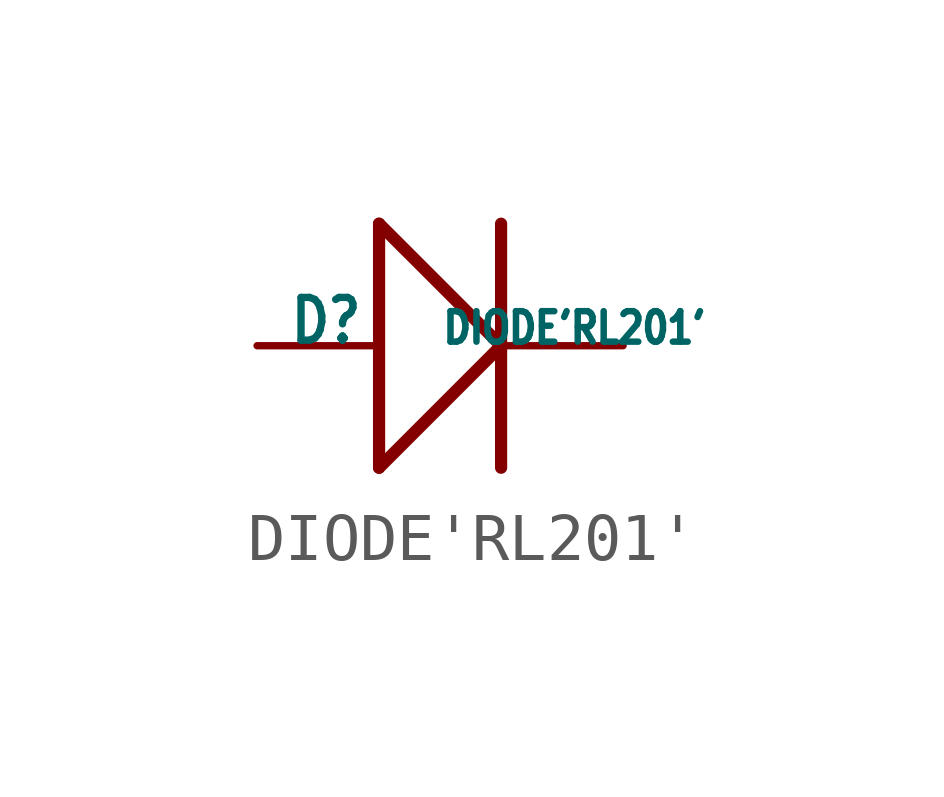
<source format=kicad_sym>
(kicad_symbol_lib
  (version 20211014)
  (generator kicad_symbol_editor)
  (symbol "DIODE'RL201'"
    (property "Reference" "D"
      (at -3.175 0 0)
      (effects (font (size 0.889 0.756)) (justify left bottom)))
    (property "Value" "DIODE'RL201'"
      (at 0 0 0)
      (effects (font (size 0.635 0.54)) (justify left bottom)))
    (property "ki_locked" ""
      (at 0 0 0)
      (effects (font (size 1.27 1.27))))
    (symbol "DIODE'RL201'_1_0"
      (polyline (pts (xy -1.27 -2.54) (xy -1.27 2.54)) (stroke (width 0.254) (type default) (color 0 0 0 0)) (fill (type none)))
      (polyline (pts (xy -1.27 -2.54) (xy 1.27 0)) (stroke (width 0.254) (type default) (color 0 0 0 0)) (fill (type none)))
      (polyline (pts (xy -1.27 2.54) (xy 1.27 0)) (stroke (width 0.254) (type default) (color 0 0 0 0)) (fill (type none)))
      (polyline (pts (xy 1.27 2.54) (xy 1.27 -2.54)) (stroke (width 0.254) (type default) (color 0 0 0 0)) (fill (type none)))
      (pin passive line (at -3.81 0 0) (length 2.54) (name "+" (effects (font (size 0 0)))) (number "+" (effects (font (size 0 0)))))
      (pin passive line (at 3.81 0 180) (length 2.54) (name "-" (effects (font (size 0 0)))) (number "-" (effects (font (size 0 0))))))))
</source>
